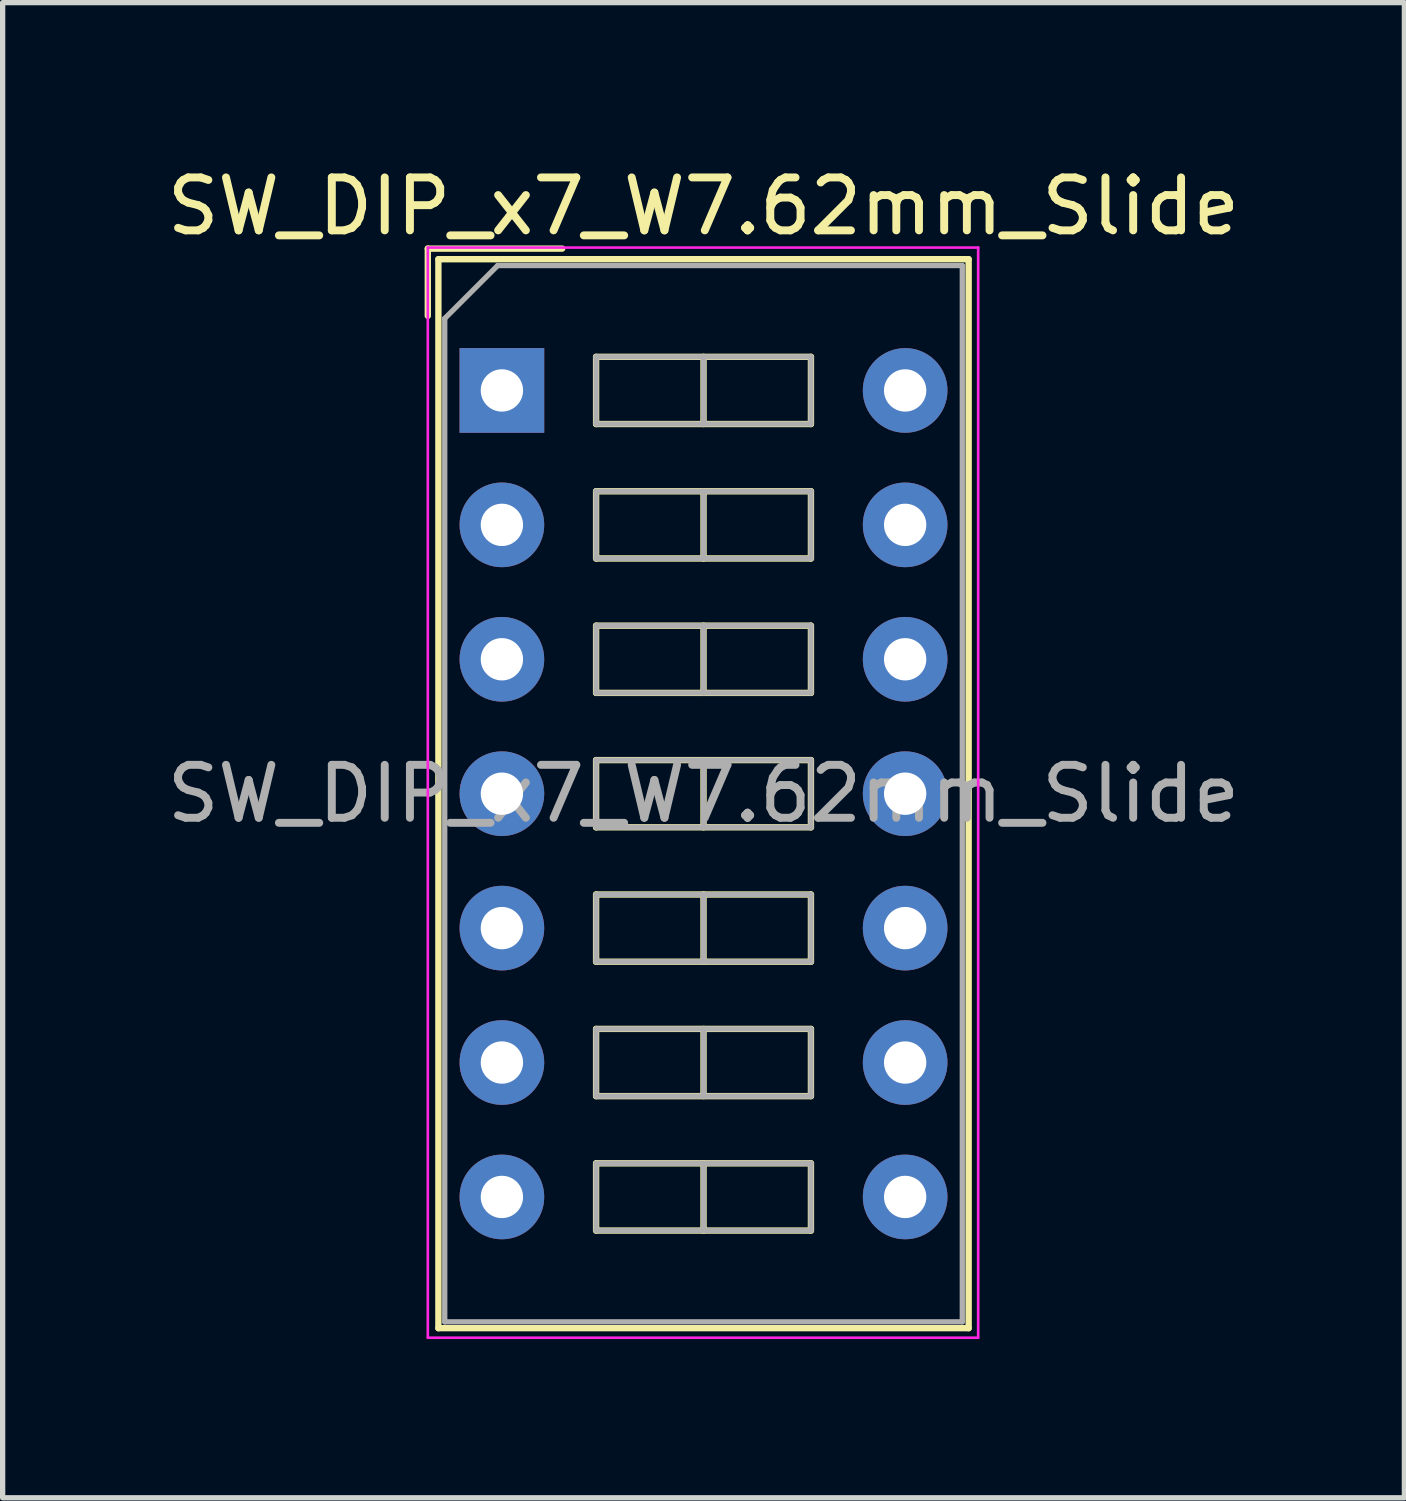
<source format=kicad_pcb>
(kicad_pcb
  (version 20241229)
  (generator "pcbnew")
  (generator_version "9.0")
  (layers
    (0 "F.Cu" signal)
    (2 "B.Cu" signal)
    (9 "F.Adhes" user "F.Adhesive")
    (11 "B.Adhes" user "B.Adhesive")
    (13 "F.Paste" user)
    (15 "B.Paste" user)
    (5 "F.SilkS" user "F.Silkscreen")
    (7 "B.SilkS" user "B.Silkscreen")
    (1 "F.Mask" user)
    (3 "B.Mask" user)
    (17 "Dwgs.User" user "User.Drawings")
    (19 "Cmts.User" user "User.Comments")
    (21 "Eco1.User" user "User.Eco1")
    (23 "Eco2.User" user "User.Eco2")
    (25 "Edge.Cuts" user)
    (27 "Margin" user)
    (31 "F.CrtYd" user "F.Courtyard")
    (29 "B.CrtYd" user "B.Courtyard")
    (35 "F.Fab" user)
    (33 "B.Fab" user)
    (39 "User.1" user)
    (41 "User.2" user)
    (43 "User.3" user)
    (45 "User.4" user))
  (footprint "SW_DIP_x7_W7.62mm_Slide"
    (layer "F.Cu")
    (at 6.434 4.328)
    (property "Reference" "SW_DIP_x7_W7.62mm_Slide" (at 3.81 -3.48 0) (layer "F.SilkS") (effects (font (size 1 1) (thickness 0.15))))
    (attr through_hole)
    (fp_line (start -1.4 -2.68) (end -1.4 -1.41) (stroke (width 0.12) (type solid)) (layer "F.SilkS"))
    (fp_line (start -1.4 -2.68) (end 1.14 -2.68) (stroke (width 0.12) (type solid)) (layer "F.SilkS"))
    (fp_line (start -1.2 -2.48) (end 8.82 -2.48) (stroke (width 0.12) (type solid)) (layer "F.SilkS"))
    (fp_line (start -1.2 17.72) (end -1.2 -2.48) (stroke (width 0.12) (type solid)) (layer "F.SilkS"))
    (fp_line (start 1.78 -0.635) (end 1.78 0.635) (stroke (width 0.12) (type solid)) (layer "F.SilkS"))
    (fp_line (start 1.78 0.635) (end 5.84 0.635) (stroke (width 0.12) (type solid)) (layer "F.SilkS"))
    (fp_line (start 1.78 1.905) (end 1.78 3.175) (stroke (width 0.12) (type solid)) (layer "F.SilkS"))
    (fp_line (start 1.78 3.175) (end 5.84 3.175) (stroke (width 0.12) (type solid)) (layer "F.SilkS"))
    (fp_line (start 1.78 4.445) (end 1.78 5.715) (stroke (width 0.12) (type solid)) (layer "F.SilkS"))
    (fp_line (start 1.78 5.715) (end 5.84 5.715) (stroke (width 0.12) (type solid)) (layer "F.SilkS"))
    (fp_line (start 1.78 6.985) (end 1.78 8.255) (stroke (width 0.12) (type solid)) (layer "F.SilkS"))
    (fp_line (start 1.78 8.255) (end 5.84 8.255) (stroke (width 0.12) (type solid)) (layer "F.SilkS"))
    (fp_line (start 1.78 9.525) (end 1.78 10.795) (stroke (width 0.12) (type solid)) (layer "F.SilkS"))
    (fp_line (start 1.78 10.795) (end 5.84 10.795) (stroke (width 0.12) (type solid)) (layer "F.SilkS"))
    (fp_line (start 1.78 12.065) (end 1.78 13.335) (stroke (width 0.12) (type solid)) (layer "F.SilkS"))
    (fp_line (start 1.78 13.335) (end 5.84 13.335) (stroke (width 0.12) (type solid)) (layer "F.SilkS"))
    (fp_line (start 1.78 14.605) (end 1.78 15.875) (stroke (width 0.12) (type solid)) (layer "F.SilkS"))
    (fp_line (start 1.78 15.875) (end 5.84 15.875) (stroke (width 0.12) (type solid)) (layer "F.SilkS"))
    (fp_line (start 3.81 -0.635) (end 3.81 0.635) (stroke (width 0.12) (type solid)) (layer "F.SilkS"))
    (fp_line (start 3.81 1.905) (end 3.81 3.175) (stroke (width 0.12) (type solid)) (layer "F.SilkS"))
    (fp_line (start 3.81 4.445) (end 3.81 5.715) (stroke (width 0.12) (type solid)) (layer "F.SilkS"))
    (fp_line (start 3.81 6.985) (end 3.81 8.255) (stroke (width 0.12) (type solid)) (layer "F.SilkS"))
    (fp_line (start 3.81 9.525) (end 3.81 10.795) (stroke (width 0.12) (type solid)) (layer "F.SilkS"))
    (fp_line (start 3.81 12.065) (end 3.81 13.335) (stroke (width 0.12) (type solid)) (layer "F.SilkS"))
    (fp_line (start 3.81 14.605) (end 3.81 15.875) (stroke (width 0.12) (type solid)) (layer "F.SilkS"))
    (fp_line (start 5.84 -0.635) (end 1.78 -0.635) (stroke (width 0.12) (type solid)) (layer "F.SilkS"))
    (fp_line (start 5.84 0.635) (end 5.84 -0.635) (stroke (width 0.12) (type solid)) (layer "F.SilkS"))
    (fp_line (start 5.84 1.905) (end 1.78 1.905) (stroke (width 0.12) (type solid)) (layer "F.SilkS"))
    (fp_line (start 5.84 3.175) (end 5.84 1.905) (stroke (width 0.12) (type solid)) (layer "F.SilkS"))
    (fp_line (start 5.84 4.445) (end 1.78 4.445) (stroke (width 0.12) (type solid)) (layer "F.SilkS"))
    (fp_line (start 5.84 5.715) (end 5.84 4.445) (stroke (width 0.12) (type solid)) (layer "F.SilkS"))
    (fp_line (start 5.84 6.985) (end 1.78 6.985) (stroke (width 0.12) (type solid)) (layer "F.SilkS"))
    (fp_line (start 5.84 8.255) (end 5.84 6.985) (stroke (width 0.12) (type solid)) (layer "F.SilkS"))
    (fp_line (start 5.84 9.525) (end 1.78 9.525) (stroke (width 0.12) (type solid)) (layer "F.SilkS"))
    (fp_line (start 5.84 10.795) (end 5.84 9.525) (stroke (width 0.12) (type solid)) (layer "F.SilkS"))
    (fp_line (start 5.84 12.065) (end 1.78 12.065) (stroke (width 0.12) (type solid)) (layer "F.SilkS"))
    (fp_line (start 5.84 13.335) (end 5.84 12.065) (stroke (width 0.12) (type solid)) (layer "F.SilkS"))
    (fp_line (start 5.84 14.605) (end 1.78 14.605) (stroke (width 0.12) (type solid)) (layer "F.SilkS"))
    (fp_line (start 5.84 15.875) (end 5.84 14.605) (stroke (width 0.12) (type solid)) (layer "F.SilkS"))
    (fp_line (start 8.82 -2.48) (end 8.82 17.72) (stroke (width 0.12) (type solid)) (layer "F.SilkS"))
    (fp_line (start 8.82 17.72) (end -1.2 17.72) (stroke (width 0.12) (type solid)) (layer "F.SilkS"))
    (fp_line (start -1.4 -2.7) (end -1.4 17.9) (stroke (width 0.05) (type solid)) (layer "F.CrtYd"))
    (fp_line (start -1.4 17.9) (end 9 17.9) (stroke (width 0.05) (type solid)) (layer "F.CrtYd"))
    (fp_line (start 9 -2.7) (end -1.4 -2.7) (stroke (width 0.05) (type solid)) (layer "F.CrtYd"))
    (fp_line (start 9 17.9) (end 9 -2.7) (stroke (width 0.05) (type solid)) (layer "F.CrtYd"))
    (fp_line (start -1.08 -1.36) (end -0.08 -2.36) (stroke (width 0.1) (type solid)) (layer "F.Fab"))
    (fp_line (start -1.08 17.6) (end -1.08 -1.36) (stroke (width 0.1) (type solid)) (layer "F.Fab"))
    (fp_line (start -0.08 -2.36) (end 8.7 -2.36) (stroke (width 0.1) (type solid)) (layer "F.Fab"))
    (fp_line (start 1.78 -0.635) (end 1.78 0.635) (stroke (width 0.1) (type solid)) (layer "F.Fab"))
    (fp_line (start 1.78 0.635) (end 5.84 0.635) (stroke (width 0.1) (type solid)) (layer "F.Fab"))
    (fp_line (start 1.78 1.905) (end 1.78 3.175) (stroke (width 0.1) (type solid)) (layer "F.Fab"))
    (fp_line (start 1.78 3.175) (end 5.84 3.175) (stroke (width 0.1) (type solid)) (layer "F.Fab"))
    (fp_line (start 1.78 4.445) (end 1.78 5.715) (stroke (width 0.1) (type solid)) (layer "F.Fab"))
    (fp_line (start 1.78 5.715) (end 5.84 5.715) (stroke (width 0.1) (type solid)) (layer "F.Fab"))
    (fp_line (start 1.78 6.985) (end 1.78 8.255) (stroke (width 0.1) (type solid)) (layer "F.Fab"))
    (fp_line (start 1.78 8.255) (end 5.84 8.255) (stroke (width 0.1) (type solid)) (layer "F.Fab"))
    (fp_line (start 1.78 9.525) (end 1.78 10.795) (stroke (width 0.1) (type solid)) (layer "F.Fab"))
    (fp_line (start 1.78 10.795) (end 5.84 10.795) (stroke (width 0.1) (type solid)) (layer "F.Fab"))
    (fp_line (start 1.78 12.065) (end 1.78 13.335) (stroke (width 0.1) (type solid)) (layer "F.Fab"))
    (fp_line (start 1.78 13.335) (end 5.84 13.335) (stroke (width 0.1) (type solid)) (layer "F.Fab"))
    (fp_line (start 1.78 14.605) (end 1.78 15.875) (stroke (width 0.1) (type solid)) (layer "F.Fab"))
    (fp_line (start 1.78 15.875) (end 5.84 15.875) (stroke (width 0.1) (type solid)) (layer "F.Fab"))
    (fp_line (start 3.81 -0.635) (end 3.81 0.635) (stroke (width 0.1) (type solid)) (layer "F.Fab"))
    (fp_line (start 3.81 1.905) (end 3.81 3.175) (stroke (width 0.1) (type solid)) (layer "F.Fab"))
    (fp_line (start 3.81 4.445) (end 3.81 5.715) (stroke (width 0.1) (type solid)) (layer "F.Fab"))
    (fp_line (start 3.81 6.985) (end 3.81 8.255) (stroke (width 0.1) (type solid)) (layer "F.Fab"))
    (fp_line (start 3.81 9.525) (end 3.81 10.795) (stroke (width 0.1) (type solid)) (layer "F.Fab"))
    (fp_line (start 3.81 12.065) (end 3.81 13.335) (stroke (width 0.1) (type solid)) (layer "F.Fab"))
    (fp_line (start 3.81 14.605) (end 3.81 15.875) (stroke (width 0.1) (type solid)) (layer "F.Fab"))
    (fp_line (start 5.84 -0.635) (end 1.78 -0.635) (stroke (width 0.1) (type solid)) (layer "F.Fab"))
    (fp_line (start 5.84 0.635) (end 5.84 -0.635) (stroke (width 0.1) (type solid)) (layer "F.Fab"))
    (fp_line (start 5.84 1.905) (end 1.78 1.905) (stroke (width 0.1) (type solid)) (layer "F.Fab"))
    (fp_line (start 5.84 3.175) (end 5.84 1.905) (stroke (width 0.1) (type solid)) (layer "F.Fab"))
    (fp_line (start 5.84 4.445) (end 1.78 4.445) (stroke (width 0.1) (type solid)) (layer "F.Fab"))
    (fp_line (start 5.84 5.715) (end 5.84 4.445) (stroke (width 0.1) (type solid)) (layer "F.Fab"))
    (fp_line (start 5.84 6.985) (end 1.78 6.985) (stroke (width 0.1) (type solid)) (layer "F.Fab"))
    (fp_line (start 5.84 8.255) (end 5.84 6.985) (stroke (width 0.1) (type solid)) (layer "F.Fab"))
    (fp_line (start 5.84 9.525) (end 1.78 9.525) (stroke (width 0.1) (type solid)) (layer "F.Fab"))
    (fp_line (start 5.84 10.795) (end 5.84 9.525) (stroke (width 0.1) (type solid)) (layer "F.Fab"))
    (fp_line (start 5.84 12.065) (end 1.78 12.065) (stroke (width 0.1) (type solid)) (layer "F.Fab"))
    (fp_line (start 5.84 13.335) (end 5.84 12.065) (stroke (width 0.1) (type solid)) (layer "F.Fab"))
    (fp_line (start 5.84 14.605) (end 1.78 14.605) (stroke (width 0.1) (type solid)) (layer "F.Fab"))
    (fp_line (start 5.84 15.875) (end 5.84 14.605) (stroke (width 0.1) (type solid)) (layer "F.Fab"))
    (fp_line (start 8.7 -2.36) (end 8.7 17.6) (stroke (width 0.1) (type solid)) (layer "F.Fab"))
    (fp_line (start 8.7 17.6) (end -1.08 17.6) (stroke (width 0.1) (type solid)) (layer "F.Fab"))
    (fp_text user "${REFERENCE}" (at 3.81 7.62 0) (layer "F.Fab") (effects (font (size 1 1) (thickness 0.15))))
    (pad "1" thru_hole rect (at 0 0) (size 1.6 1.6) (drill 0.8) (layers "*.Cu" "*.Mask"))
    (pad "2" thru_hole oval (at 0 2.54) (size 1.6 1.6) (drill 0.8) (layers "*.Cu" "*.Mask"))
    (pad "3" thru_hole oval (at 0 5.08) (size 1.6 1.6) (drill 0.8) (layers "*.Cu" "*.Mask"))
    (pad "4" thru_hole oval (at 0 7.62) (size 1.6 1.6) (drill 0.8) (layers "*.Cu" "*.Mask"))
    (pad "5" thru_hole oval (at 0 10.16) (size 1.6 1.6) (drill 0.8) (layers "*.Cu" "*.Mask"))
    (pad "6" thru_hole oval (at 0 12.7) (size 1.6 1.6) (drill 0.8) (layers "*.Cu" "*.Mask"))
    (pad "7" thru_hole oval (at 0 15.24) (size 1.6 1.6) (drill 0.8) (layers "*.Cu" "*.Mask"))
    (pad "8" thru_hole oval (at 7.62 15.24) (size 1.6 1.6) (drill 0.8) (layers "*.Cu" "*.Mask"))
    (pad "9" thru_hole oval (at 7.62 12.7) (size 1.6 1.6) (drill 0.8) (layers "*.Cu" "*.Mask"))
    (pad "10" thru_hole oval (at 7.62 10.16) (size 1.6 1.6) (drill 0.8) (layers "*.Cu" "*.Mask"))
    (pad "11" thru_hole oval (at 7.62 7.62) (size 1.6 1.6) (drill 0.8) (layers "*.Cu" "*.Mask"))
    (pad "12" thru_hole oval (at 7.62 5.08) (size 1.6 1.6) (drill 0.8) (layers "*.Cu" "*.Mask"))
    (pad "13" thru_hole oval (at 7.62 2.54) (size 1.6 1.6) (drill 0.8) (layers "*.Cu" "*.Mask"))
    (pad "14" thru_hole oval (at 7.62 0) (size 1.6 1.6) (drill 0.8) (layers "*.Cu" "*.Mask")))
  (gr_rect
    (start -3 -3)
    (end 23.488 25.253)
    (stroke (width 0.1) (type default))
    (fill no)
    (layer "Edge.Cuts")))
</source>
